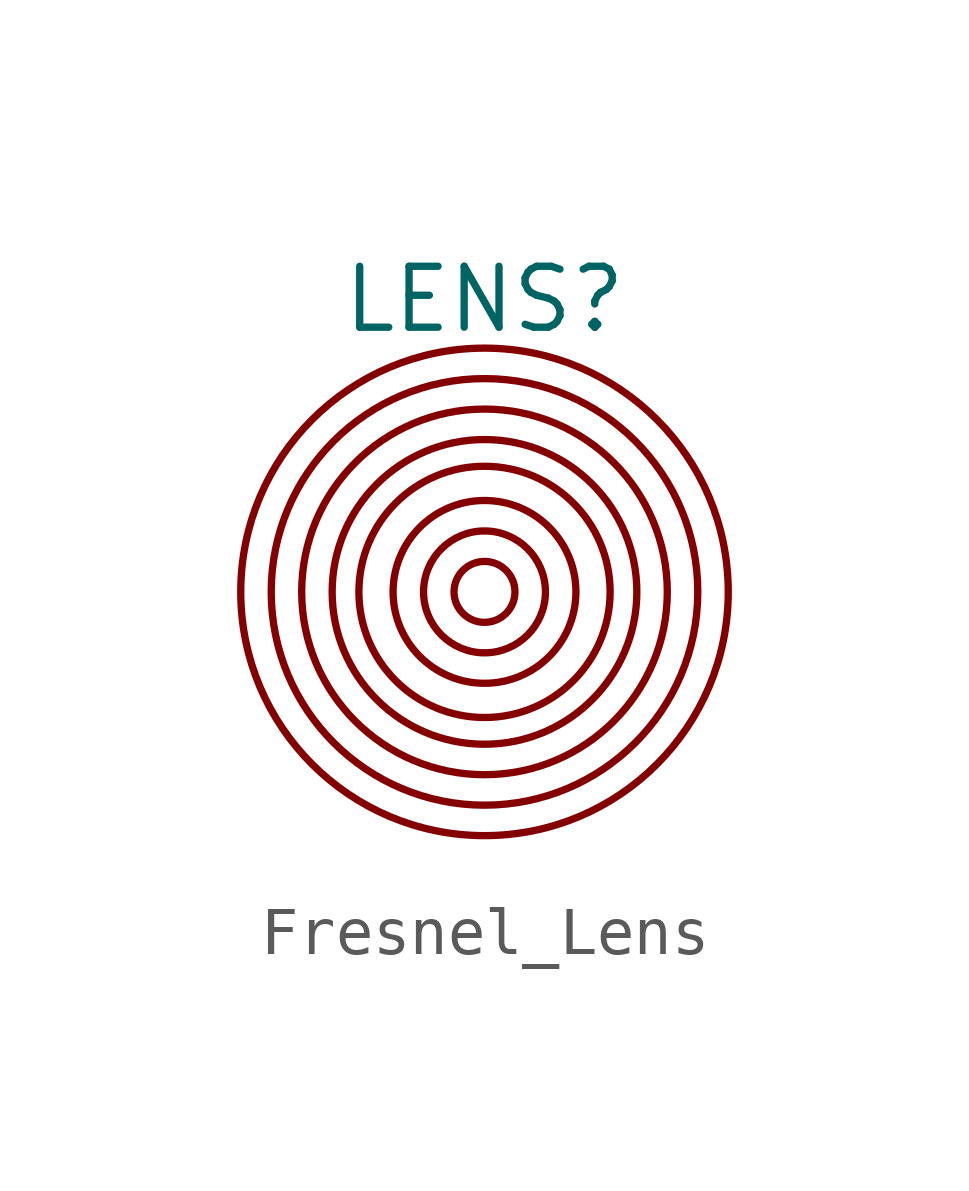
<source format=kicad_sym>
(kicad_symbol_lib
  (version 20241209)
  (generator "kicad_symbol_editor")
  (generator_version "9.0")
  (symbol "Fresnel_Lens"
    (property "Reference" "LENS"
      (at 0 6.096 0)
      (effects (font (size 1.27 1.27))))
    (property "Value" ""
      (at 0 0 0)
      (effects (font (size 1.27 1.27))))
    (symbol "Fresnel_Lens_0_1"
      (circle (center 0 0) (radius 0.635) (stroke (width 0) (type default)) (fill (type none)))
      (circle (center 0 0) (radius 1.27) (stroke (width 0) (type default)) (fill (type none)))
      (circle (center 0 0) (radius 1.905) (stroke (width 0) (type default)) (fill (type none)))
      (circle (center 0 0) (radius 2.618) (stroke (width 0) (type default)) (fill (type none)))
      (circle (center 0 0) (radius 3.175) (stroke (width 0) (type default)) (fill (type none)))
      (circle (center 0 0) (radius 3.81) (stroke (width 0) (type default)) (fill (type none)))
      (circle (center 0 0) (radius 4.445) (stroke (width 0) (type default)) (fill (type none)))
      (circle (center 0 0) (radius 5.08) (stroke (width 0) (type default)) (fill (type none))))))
</source>
